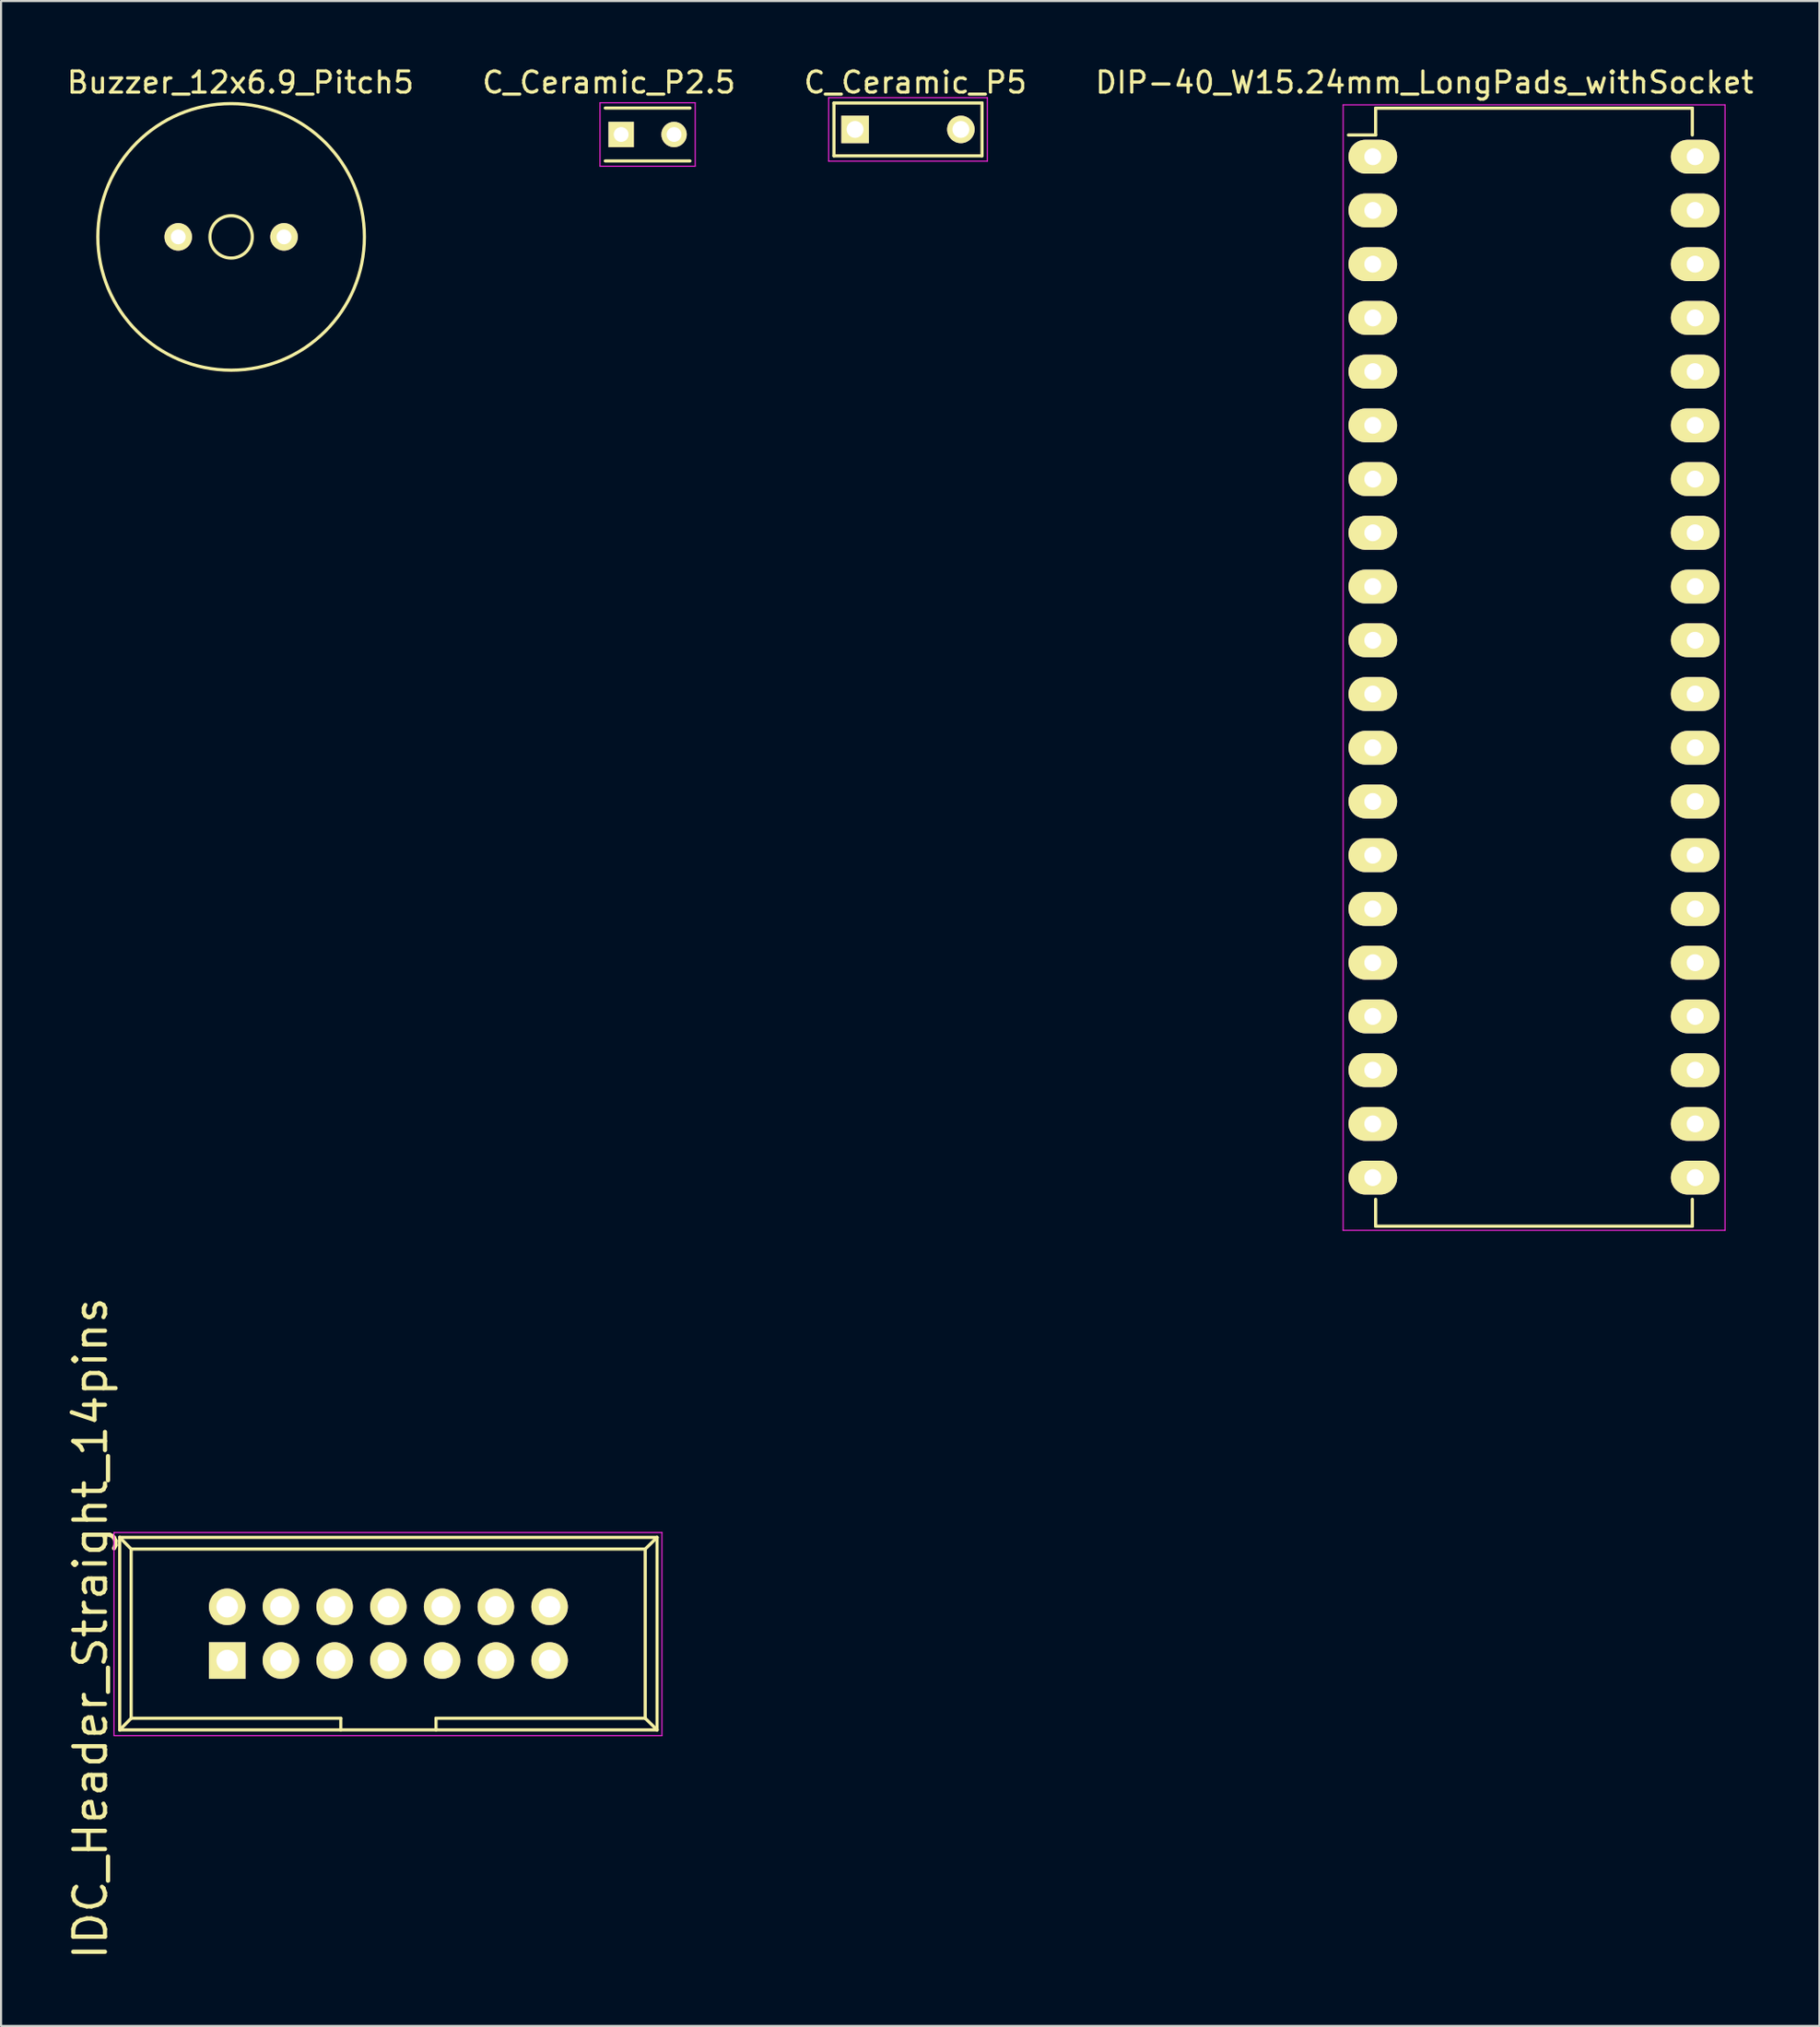
<source format=kicad_pcb>
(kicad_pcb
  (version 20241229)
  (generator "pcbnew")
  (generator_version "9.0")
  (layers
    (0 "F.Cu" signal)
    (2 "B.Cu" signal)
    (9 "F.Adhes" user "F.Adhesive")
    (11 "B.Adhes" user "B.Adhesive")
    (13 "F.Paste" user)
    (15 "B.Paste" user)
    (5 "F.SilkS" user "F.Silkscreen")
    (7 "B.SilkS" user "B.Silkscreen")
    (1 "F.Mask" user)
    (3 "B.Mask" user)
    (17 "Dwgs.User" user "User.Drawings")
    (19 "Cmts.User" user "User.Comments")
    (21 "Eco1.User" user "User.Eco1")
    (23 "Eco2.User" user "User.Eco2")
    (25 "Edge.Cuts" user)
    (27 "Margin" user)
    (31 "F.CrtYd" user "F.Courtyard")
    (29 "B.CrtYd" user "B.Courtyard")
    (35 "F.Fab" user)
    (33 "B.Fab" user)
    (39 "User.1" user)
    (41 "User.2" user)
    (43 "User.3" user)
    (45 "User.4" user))
  (footprint "C_Ceramic_P2.5"
    (layer "F.Cu")
    (at 26.312 3.308)
    (property "Reference" "C_Ceramic_P2.5" (at -0.58 -2.46 0) (layer "F.SilkS") (effects (font (size 1 1) (thickness 0.15))))
    (attr through_hole)
    (fp_line (start -0.75 -1.25) (end 3.25 -1.25) (stroke (width 0.15) (type solid)) (layer "F.SilkS"))
    (fp_line (start -0.75 1.25) (end 3.25 1.25) (stroke (width 0.15) (type solid)) (layer "F.SilkS"))
    (fp_line (start -1 -1.5) (end 3.5 -1.5) (stroke (width 0.05) (type solid)) (layer "F.CrtYd"))
    (fp_line (start -1 1.5) (end -1 -1.5) (stroke (width 0.05) (type solid)) (layer "F.CrtYd"))
    (fp_line (start 3.5 -1.5) (end 3.5 1.5) (stroke (width 0.05) (type solid)) (layer "F.CrtYd"))
    (fp_line (start 3.5 1.5) (end -1 1.5) (stroke (width 0.05) (type solid)) (layer "F.CrtYd"))
    (pad "1" thru_hole rect (at 0 0) (size 1.2 1.2) (drill 0.7) (layers "*.Cu" "*.Mask" "F.SilkS"))
    (pad "2" thru_hole circle (at 2.5 0) (size 1.2 1.2) (drill 0.7) (layers "*.Cu" "*.Mask" "F.SilkS")))
  (footprint "Buzzer_12x6.9_Pitch5"
    (layer "F.Cu")
    (at 7.875 8.148)
    (property "Reference" "Buzzer_12x6.9_Pitch5" (at 0.44 -7.3 0) (layer "F.SilkS") (effects (font (size 1 1) (thickness 0.15))))
    (attr through_hole)
    (fp_circle (center 0 0) (end 1.001 0) (stroke (width 0.15) (type solid)) (fill no) (layer "F.SilkS"))
    (fp_circle (center 0 0) (end 6.3 0) (stroke (width 0.15) (type solid)) (fill no) (layer "F.SilkS"))
    (pad "1" thru_hole circle (at -2.5 0) (size 1.3 1.3) (drill 0.7) (layers "*.Cu" "*.Mask" "F.SilkS"))
    (pad "2" thru_hole circle (at 2.5 0) (size 1.3 1.3) (drill 0.7) (layers "*.Cu" "*.Mask" "F.SilkS")))
  (footprint "C_Ceramic_P5"
    (layer "F.Cu")
    (at 37.37 3.068)
    (property "Reference" "C_Ceramic_P5" (at 2.85 -2.22 0) (layer "F.SilkS") (effects (font (size 1 1) (thickness 0.15))))
    (attr through_hole)
    (fp_line (start -1 -1.25) (end 6 -1.25) (stroke (width 0.15) (type solid)) (layer "F.SilkS"))
    (fp_line (start -1 1.25) (end -1 -1.25) (stroke (width 0.15) (type solid)) (layer "F.SilkS"))
    (fp_line (start 6 -1.25) (end 6 1.25) (stroke (width 0.15) (type solid)) (layer "F.SilkS"))
    (fp_line (start 6 1.25) (end -1 1.25) (stroke (width 0.15) (type solid)) (layer "F.SilkS"))
    (fp_line (start -1.25 -1.5) (end 6.25 -1.5) (stroke (width 0.05) (type solid)) (layer "F.CrtYd"))
    (fp_line (start -1.25 1.5) (end -1.25 -1.5) (stroke (width 0.05) (type solid)) (layer "F.CrtYd"))
    (fp_line (start 6.25 -1.5) (end 6.25 1.5) (stroke (width 0.05) (type solid)) (layer "F.CrtYd"))
    (fp_line (start 6.25 1.5) (end -1.25 1.5) (stroke (width 0.05) (type solid)) (layer "F.CrtYd"))
    (pad "1" thru_hole rect (at 0 0) (size 1.3 1.3) (drill 0.8) (layers "*.Cu" "*.Mask" "F.SilkS"))
    (pad "2" thru_hole circle (at 5 0) (size 1.3 1.3) (drill 0.8) (layers "*.Cu" "*.Mask" "F.SilkS")))
  (footprint "DIP-40_W15.24mm_LongPads_withSocket"
    (layer "F.Cu")
    (at 61.84 4.358)
    (property "Reference" "DIP-40_W15.24mm_LongPads_withSocket" (at 2.44 -3.51 0) (layer "F.SilkS") (effects (font (size 1 1) (thickness 0.15))))
    (attr through_hole)
    (fp_line (start 0.135 -2.295) (end 0.135 -1.025) (stroke (width 0.15) (type solid)) (layer "F.SilkS"))
    (fp_line (start 0.135 -2.295) (end 15.105 -2.295) (stroke (width 0.15) (type solid)) (layer "F.SilkS"))
    (fp_line (start 0.135 -1.025) (end -1.15 -1.025) (stroke (width 0.15) (type solid)) (layer "F.SilkS"))
    (fp_line (start 0.135 50.555) (end 0.135 49.285) (stroke (width 0.15) (type solid)) (layer "F.SilkS"))
    (fp_line (start 0.135 50.555) (end 15.105 50.555) (stroke (width 0.15) (type solid)) (layer "F.SilkS"))
    (fp_line (start 15.105 -2.295) (end 15.105 -1.025) (stroke (width 0.15) (type solid)) (layer "F.SilkS"))
    (fp_line (start 15.105 50.555) (end 15.105 49.285) (stroke (width 0.15) (type solid)) (layer "F.SilkS"))
    (fp_line (start -1.4 -2.45) (end -1.4 50.75) (stroke (width 0.05) (type solid)) (layer "F.CrtYd"))
    (fp_line (start -1.4 -2.45) (end 16.65 -2.45) (stroke (width 0.05) (type solid)) (layer "F.CrtYd"))
    (fp_line (start -1.4 50.75) (end 16.65 50.75) (stroke (width 0.05) (type solid)) (layer "F.CrtYd"))
    (fp_line (start 16.65 -2.45) (end 16.65 50.75) (stroke (width 0.05) (type solid)) (layer "F.CrtYd"))
    (pad "1" thru_hole oval (at 0 0) (size 2.3 1.6) (drill 0.8) (layers "*.Cu" "*.Mask" "F.SilkS"))
    (pad "2" thru_hole oval (at 0 2.54) (size 2.3 1.6) (drill 0.8) (layers "*.Cu" "*.Mask" "F.SilkS"))
    (pad "3" thru_hole oval (at 0 5.08) (size 2.3 1.6) (drill 0.8) (layers "*.Cu" "*.Mask" "F.SilkS"))
    (pad "4" thru_hole oval (at 0 7.62) (size 2.3 1.6) (drill 0.8) (layers "*.Cu" "*.Mask" "F.SilkS"))
    (pad "5" thru_hole oval (at 0 10.16) (size 2.3 1.6) (drill 0.8) (layers "*.Cu" "*.Mask" "F.SilkS"))
    (pad "6" thru_hole oval (at 0 12.7) (size 2.3 1.6) (drill 0.8) (layers "*.Cu" "*.Mask" "F.SilkS"))
    (pad "7" thru_hole oval (at 0 15.24) (size 2.3 1.6) (drill 0.8) (layers "*.Cu" "*.Mask" "F.SilkS"))
    (pad "8" thru_hole oval (at 0 17.78) (size 2.3 1.6) (drill 0.8) (layers "*.Cu" "*.Mask" "F.SilkS"))
    (pad "9" thru_hole oval (at 0 20.32) (size 2.3 1.6) (drill 0.8) (layers "*.Cu" "*.Mask" "F.SilkS"))
    (pad "10" thru_hole oval (at 0 22.86) (size 2.3 1.6) (drill 0.8) (layers "*.Cu" "*.Mask" "F.SilkS"))
    (pad "11" thru_hole oval (at 0 25.4) (size 2.3 1.6) (drill 0.8) (layers "*.Cu" "*.Mask" "F.SilkS"))
    (pad "12" thru_hole oval (at 0 27.94) (size 2.3 1.6) (drill 0.8) (layers "*.Cu" "*.Mask" "F.SilkS"))
    (pad "13" thru_hole oval (at 0 30.48) (size 2.3 1.6) (drill 0.8) (layers "*.Cu" "*.Mask" "F.SilkS"))
    (pad "14" thru_hole oval (at 0 33.02) (size 2.3 1.6) (drill 0.8) (layers "*.Cu" "*.Mask" "F.SilkS"))
    (pad "15" thru_hole oval (at 0 35.56) (size 2.3 1.6) (drill 0.8) (layers "*.Cu" "*.Mask" "F.SilkS"))
    (pad "16" thru_hole oval (at 0 38.1) (size 2.3 1.6) (drill 0.8) (layers "*.Cu" "*.Mask" "F.SilkS"))
    (pad "17" thru_hole oval (at 0 40.64) (size 2.3 1.6) (drill 0.8) (layers "*.Cu" "*.Mask" "F.SilkS"))
    (pad "18" thru_hole oval (at 0 43.18) (size 2.3 1.6) (drill 0.8) (layers "*.Cu" "*.Mask" "F.SilkS"))
    (pad "19" thru_hole oval (at 0 45.72) (size 2.3 1.6) (drill 0.8) (layers "*.Cu" "*.Mask" "F.SilkS"))
    (pad "20" thru_hole oval (at 0 48.26) (size 2.3 1.6) (drill 0.8) (layers "*.Cu" "*.Mask" "F.SilkS"))
    (pad "21" thru_hole oval (at 15.24 48.26) (size 2.3 1.6) (drill 0.8) (layers "*.Cu" "*.Mask" "F.SilkS"))
    (pad "22" thru_hole oval (at 15.24 45.72) (size 2.3 1.6) (drill 0.8) (layers "*.Cu" "*.Mask" "F.SilkS"))
    (pad "23" thru_hole oval (at 15.24 43.18) (size 2.3 1.6) (drill 0.8) (layers "*.Cu" "*.Mask" "F.SilkS"))
    (pad "24" thru_hole oval (at 15.24 40.64) (size 2.3 1.6) (drill 0.8) (layers "*.Cu" "*.Mask" "F.SilkS"))
    (pad "25" thru_hole oval (at 15.24 38.1) (size 2.3 1.6) (drill 0.8) (layers "*.Cu" "*.Mask" "F.SilkS"))
    (pad "26" thru_hole oval (at 15.24 35.56) (size 2.3 1.6) (drill 0.8) (layers "*.Cu" "*.Mask" "F.SilkS"))
    (pad "27" thru_hole oval (at 15.24 33.02) (size 2.3 1.6) (drill 0.8) (layers "*.Cu" "*.Mask" "F.SilkS"))
    (pad "28" thru_hole oval (at 15.24 30.48) (size 2.3 1.6) (drill 0.8) (layers "*.Cu" "*.Mask" "F.SilkS"))
    (pad "29" thru_hole oval (at 15.24 27.94) (size 2.3 1.6) (drill 0.8) (layers "*.Cu" "*.Mask" "F.SilkS"))
    (pad "30" thru_hole oval (at 15.24 25.4) (size 2.3 1.6) (drill 0.8) (layers "*.Cu" "*.Mask" "F.SilkS"))
    (pad "31" thru_hole oval (at 15.24 22.86) (size 2.3 1.6) (drill 0.8) (layers "*.Cu" "*.Mask" "F.SilkS"))
    (pad "32" thru_hole oval (at 15.24 20.32) (size 2.3 1.6) (drill 0.8) (layers "*.Cu" "*.Mask" "F.SilkS"))
    (pad "33" thru_hole oval (at 15.24 17.78) (size 2.3 1.6) (drill 0.8) (layers "*.Cu" "*.Mask" "F.SilkS"))
    (pad "34" thru_hole oval (at 15.24 15.24) (size 2.3 1.6) (drill 0.8) (layers "*.Cu" "*.Mask" "F.SilkS"))
    (pad "35" thru_hole oval (at 15.24 12.7) (size 2.3 1.6) (drill 0.8) (layers "*.Cu" "*.Mask" "F.SilkS"))
    (pad "36" thru_hole oval (at 15.24 10.16) (size 2.3 1.6) (drill 0.8) (layers "*.Cu" "*.Mask" "F.SilkS"))
    (pad "37" thru_hole oval (at 15.24 7.62) (size 2.3 1.6) (drill 0.8) (layers "*.Cu" "*.Mask" "F.SilkS"))
    (pad "38" thru_hole oval (at 15.24 5.08) (size 2.3 1.6) (drill 0.8) (layers "*.Cu" "*.Mask" "F.SilkS"))
    (pad "39" thru_hole oval (at 15.24 2.54) (size 2.3 1.6) (drill 0.8) (layers "*.Cu" "*.Mask" "F.SilkS"))
    (pad "40" thru_hole oval (at 15.24 0) (size 2.3 1.6) (drill 0.8) (layers "*.Cu" "*.Mask" "F.SilkS")))
  (footprint "IDC_Header_Straight_14pins"
    (layer "F.Cu")
    (at 7.689 75.446)
    (property "Reference" "IDC_Header_Straight_14pins" (at -6.46 -1.52 90) (layer "F.SilkS") (effects (font (size 1.5 1.5) (thickness 0.2))))
    (attr through_hole)
    (fp_line (start -5.08 -5.82) (end -5.08 3.28) (stroke (width 0.15) (type solid)) (layer "F.SilkS"))
    (fp_line (start -5.08 -5.82) (end -4.54 -5.27) (stroke (width 0.15) (type solid)) (layer "F.SilkS"))
    (fp_line (start -5.08 -5.82) (end 20.32 -5.82) (stroke (width 0.15) (type solid)) (layer "F.SilkS"))
    (fp_line (start -5.08 3.28) (end -4.54 2.73) (stroke (width 0.15) (type solid)) (layer "F.SilkS"))
    (fp_line (start -5.08 3.28) (end 20.32 3.28) (stroke (width 0.15) (type solid)) (layer "F.SilkS"))
    (fp_line (start -4.54 -5.27) (end -4.54 2.73) (stroke (width 0.15) (type solid)) (layer "F.SilkS"))
    (fp_line (start -4.54 -5.27) (end 19.76 -5.27) (stroke (width 0.15) (type solid)) (layer "F.SilkS"))
    (fp_line (start -4.54 2.73) (end 5.37 2.73) (stroke (width 0.15) (type solid)) (layer "F.SilkS"))
    (fp_line (start 5.37 2.73) (end 5.37 3.28) (stroke (width 0.15) (type solid)) (layer "F.SilkS"))
    (fp_line (start 9.87 2.73) (end 9.87 3.28) (stroke (width 0.15) (type solid)) (layer "F.SilkS"))
    (fp_line (start 9.87 2.73) (end 19.76 2.73) (stroke (width 0.15) (type solid)) (layer "F.SilkS"))
    (fp_line (start 19.76 -5.27) (end 19.76 2.73) (stroke (width 0.15) (type solid)) (layer "F.SilkS"))
    (fp_line (start 20.32 -5.82) (end 19.76 -5.27) (stroke (width 0.15) (type solid)) (layer "F.SilkS"))
    (fp_line (start 20.32 -5.82) (end 20.32 3.28) (stroke (width 0.15) (type solid)) (layer "F.SilkS"))
    (fp_line (start 20.32 3.28) (end 19.76 2.73) (stroke (width 0.15) (type solid)) (layer "F.SilkS"))
    (fp_line (start -5.35 -6.05) (end 20.55 -6.05) (stroke (width 0.05) (type solid)) (layer "F.CrtYd"))
    (fp_line (start -5.35 3.55) (end -5.35 -6.05) (stroke (width 0.05) (type solid)) (layer "F.CrtYd"))
    (fp_line (start 20.55 -6.05) (end 20.55 3.55) (stroke (width 0.05) (type solid)) (layer "F.CrtYd"))
    (fp_line (start 20.55 3.55) (end -5.35 3.55) (stroke (width 0.05) (type solid)) (layer "F.CrtYd"))
    (pad "1" thru_hole rect (at 0 0) (size 1.727 1.727) (drill 1.016) (layers "*.Cu" "*.Mask" "F.SilkS"))
    (pad "2" thru_hole oval (at 0 -2.54) (size 1.727 1.727) (drill 1.016) (layers "*.Cu" "*.Mask" "F.SilkS"))
    (pad "3" thru_hole oval (at 2.54 0) (size 1.727 1.727) (drill 1.016) (layers "*.Cu" "*.Mask" "F.SilkS"))
    (pad "4" thru_hole oval (at 2.54 -2.54) (size 1.727 1.727) (drill 1.016) (layers "*.Cu" "*.Mask" "F.SilkS"))
    (pad "5" thru_hole oval (at 5.08 0) (size 1.727 1.727) (drill 1.016) (layers "*.Cu" "*.Mask" "F.SilkS"))
    (pad "6" thru_hole oval (at 5.08 -2.54) (size 1.727 1.727) (drill 1.016) (layers "*.Cu" "*.Mask" "F.SilkS"))
    (pad "7" thru_hole oval (at 7.62 0) (size 1.727 1.727) (drill 1.016) (layers "*.Cu" "*.Mask" "F.SilkS"))
    (pad "8" thru_hole oval (at 7.62 -2.54) (size 1.727 1.727) (drill 1.016) (layers "*.Cu" "*.Mask" "F.SilkS"))
    (pad "9" thru_hole oval (at 10.16 0) (size 1.727 1.727) (drill 1.016) (layers "*.Cu" "*.Mask" "F.SilkS"))
    (pad "10" thru_hole oval (at 10.16 -2.54) (size 1.727 1.727) (drill 1.016) (layers "*.Cu" "*.Mask" "F.SilkS"))
    (pad "11" thru_hole oval (at 12.7 0) (size 1.727 1.727) (drill 1.016) (layers "*.Cu" "*.Mask" "F.SilkS"))
    (pad "12" thru_hole oval (at 12.7 -2.54) (size 1.727 1.727) (drill 1.016) (layers "*.Cu" "*.Mask" "F.SilkS"))
    (pad "13" thru_hole oval (at 15.24 0) (size 1.727 1.727) (drill 1.016) (layers "*.Cu" "*.Mask" "F.SilkS"))
    (pad "14" thru_hole oval (at 15.24 -2.54) (size 1.727 1.727) (drill 1.016) (layers "*.Cu" "*.Mask" "F.SilkS")))
  (gr_rect
    (start -3 -3)
    (end 82.952 92.719)
    (stroke (width 0.1) (type default))
    (fill no)
    (layer "Edge.Cuts")))
</source>
